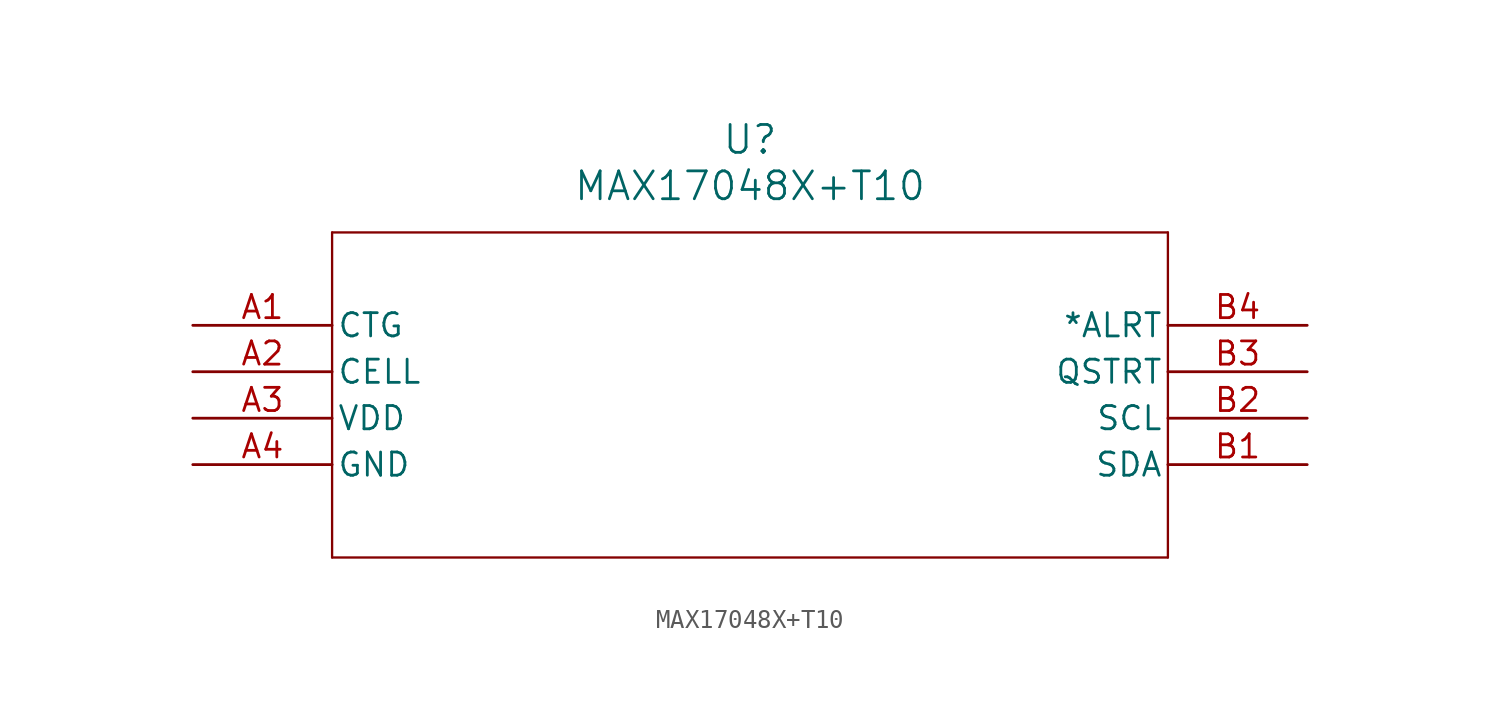
<source format=kicad_sym>
(kicad_symbol_lib
  (version 20211014)
  (generator kicad_symbol_editor)
  (symbol "MAX17048X+T10"
    (pin_names
      (offset 0.254))
    (property "Reference" "U"
      (at 30.48 10.16 0)
      (effects (font (size 1.524 1.524))))
    (property "Value" "MAX17048X+T10"
      (at 30.48 7.62 0)
      (effects (font (size 1.524 1.524))))
    (symbol "MAX17048X+T10_0_1"
      (polyline (pts (xy 7.62 5.08) (xy 7.62 -12.7)) (stroke (width 0.127) (type default) (color 0 0 0 0)) (fill (type none)))
      (polyline (pts (xy 7.62 -12.7) (xy 53.34 -12.7)) (stroke (width 0.127) (type default) (color 0 0 0 0)) (fill (type none)))
      (polyline (pts (xy 53.34 -12.7) (xy 53.34 5.08)) (stroke (width 0.127) (type default) (color 0 0 0 0)) (fill (type none)))
      (polyline (pts (xy 53.34 5.08) (xy 7.62 5.08)) (stroke (width 0.127) (type default) (color 0 0 0 0)) (fill (type none)))
      (pin unspecified line (at 0 0 0) (length 7.62) (name "CTG" (effects (font (size 1.27 1.27)))) (number "A1" (effects (font (size 1.27 1.27)))))
      (pin unspecified line (at 0 -2.54 0) (length 7.62) (name "CELL" (effects (font (size 1.27 1.27)))) (number "A2" (effects (font (size 1.27 1.27)))))
      (pin power_in line (at 0 -5.08 0) (length 7.62) (name "VDD" (effects (font (size 1.27 1.27)))) (number "A3" (effects (font (size 1.27 1.27)))))
      (pin power_in line (at 0 -7.62 0) (length 7.62) (name "GND" (effects (font (size 1.27 1.27)))) (number "A4" (effects (font (size 1.27 1.27)))))
      (pin bidirectional line (at 60.96 -7.62 180) (length 7.62) (name "SDA" (effects (font (size 1.27 1.27)))) (number "B1" (effects (font (size 1.27 1.27)))))
      (pin input line (at 60.96 -5.08 180) (length 7.62) (name "SCL" (effects (font (size 1.27 1.27)))) (number "B2" (effects (font (size 1.27 1.27)))))
      (pin input line (at 60.96 -2.54 180) (length 7.62) (name "QSTRT" (effects (font (size 1.27 1.27)))) (number "B3" (effects (font (size 1.27 1.27)))))
      (pin output line (at 60.96 0 180) (length 7.62) (name "*ALRT" (effects (font (size 1.27 1.27)))) (number "B4" (effects (font (size 1.27 1.27))))))))
</source>
